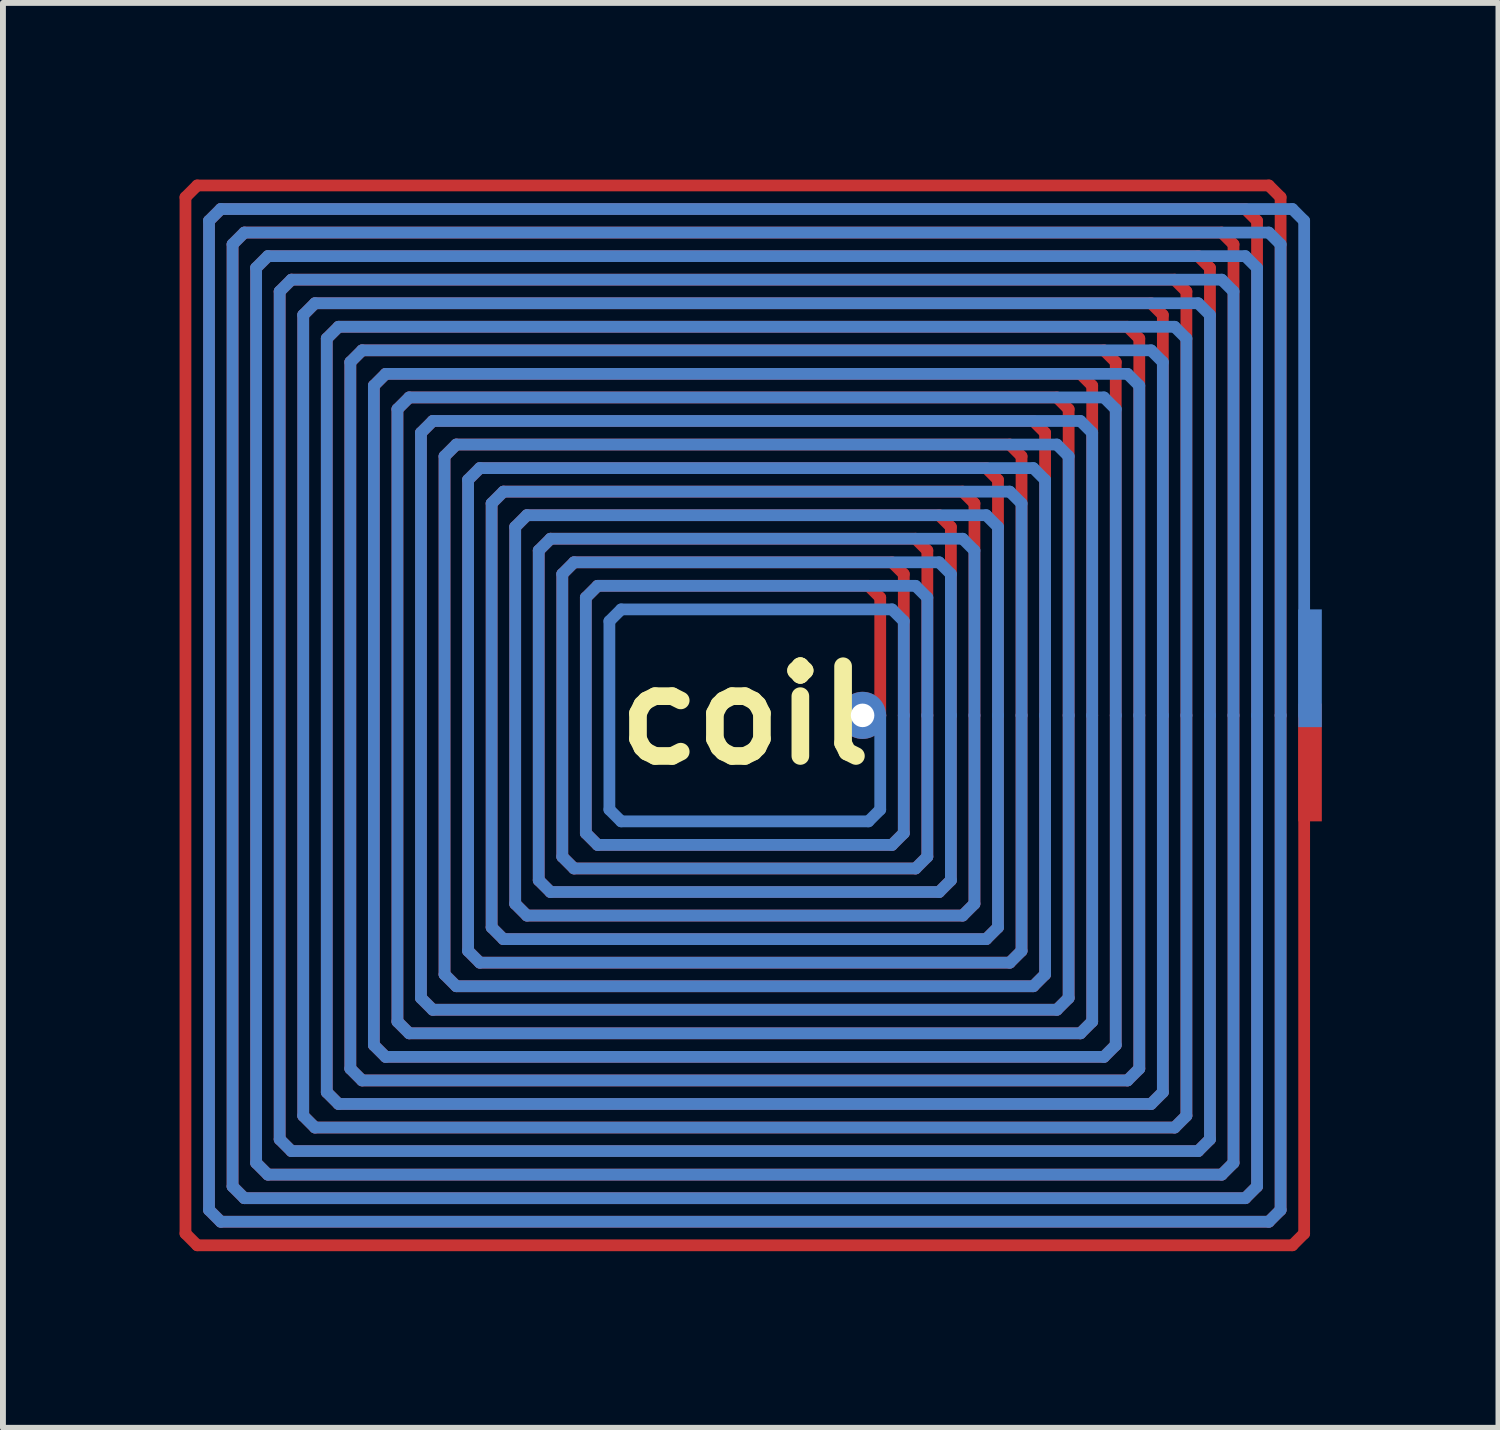
<source format=kicad_pcb>
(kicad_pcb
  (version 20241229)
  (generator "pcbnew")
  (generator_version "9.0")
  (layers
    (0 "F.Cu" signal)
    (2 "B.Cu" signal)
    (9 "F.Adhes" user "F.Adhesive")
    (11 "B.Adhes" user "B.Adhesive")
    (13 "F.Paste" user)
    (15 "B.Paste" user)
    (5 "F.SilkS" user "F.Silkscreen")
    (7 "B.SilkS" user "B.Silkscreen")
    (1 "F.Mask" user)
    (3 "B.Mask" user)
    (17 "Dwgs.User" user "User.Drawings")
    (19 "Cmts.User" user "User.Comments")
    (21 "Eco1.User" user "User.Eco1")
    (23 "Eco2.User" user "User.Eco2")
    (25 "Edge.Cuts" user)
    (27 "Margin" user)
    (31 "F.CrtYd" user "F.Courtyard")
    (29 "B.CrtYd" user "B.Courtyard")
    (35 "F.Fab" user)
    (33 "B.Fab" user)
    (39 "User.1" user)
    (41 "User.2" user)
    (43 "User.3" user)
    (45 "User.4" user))
  (footprint "coil"
    (layer "F.Cu")
    (at 9.6 9.1)
    (property "Reference" "coil" (at 0 0 0) (layer "F.SilkS") (effects (font (size 1.524 1.524) (thickness 0.3))))
    (attr through_hole)
    (fp_line (start -9.5 -8.8) (end -9.3 -9) (stroke (width 0.2) (type solid)) (layer "F.Cu"))
    (fp_line (start -9.5 8.8) (end -9.5 -8.8) (stroke (width 0.2) (type solid)) (layer "F.Cu"))
    (fp_line (start -9.3 -9) (end 8.9 -9) (stroke (width 0.2) (type solid)) (layer "F.Cu"))
    (fp_line (start -9.3 9) (end -9.5 8.8) (stroke (width 0.2) (type solid)) (layer "F.Cu"))
    (fp_line (start -9.1 -8.4) (end -8.9 -8.6) (stroke (width 0.2) (type solid)) (layer "F.Cu"))
    (fp_line (start -9.1 8.4) (end -9.1 -8.4) (stroke (width 0.2) (type solid)) (layer "F.Cu"))
    (fp_line (start -8.9 -8.6) (end 8.5 -8.6) (stroke (width 0.2) (type solid)) (layer "F.Cu"))
    (fp_line (start -8.9 8.6) (end -9.1 8.4) (stroke (width 0.2) (type solid)) (layer "F.Cu"))
    (fp_line (start -8.7 -8) (end -8.5 -8.2) (stroke (width 0.2) (type solid)) (layer "F.Cu"))
    (fp_line (start -8.7 8) (end -8.7 -8) (stroke (width 0.2) (type solid)) (layer "F.Cu"))
    (fp_line (start -8.5 -8.2) (end 8.1 -8.2) (stroke (width 0.2) (type solid)) (layer "F.Cu"))
    (fp_line (start -8.5 8.2) (end -8.7 8) (stroke (width 0.2) (type solid)) (layer "F.Cu"))
    (fp_line (start -8.3 -7.6) (end -8.1 -7.8) (stroke (width 0.2) (type solid)) (layer "F.Cu"))
    (fp_line (start -8.3 7.6) (end -8.3 -7.6) (stroke (width 0.2) (type solid)) (layer "F.Cu"))
    (fp_line (start -8.1 -7.8) (end 7.7 -7.8) (stroke (width 0.2) (type solid)) (layer "F.Cu"))
    (fp_line (start -8.1 7.8) (end -8.3 7.6) (stroke (width 0.2) (type solid)) (layer "F.Cu"))
    (fp_line (start -7.9 -7.2) (end -7.7 -7.4) (stroke (width 0.2) (type solid)) (layer "F.Cu"))
    (fp_line (start -7.9 7.2) (end -7.9 -7.2) (stroke (width 0.2) (type solid)) (layer "F.Cu"))
    (fp_line (start -7.7 -7.4) (end 7.3 -7.4) (stroke (width 0.2) (type solid)) (layer "F.Cu"))
    (fp_line (start -7.7 7.4) (end -7.9 7.2) (stroke (width 0.2) (type solid)) (layer "F.Cu"))
    (fp_line (start -7.5 -6.8) (end -7.3 -7) (stroke (width 0.2) (type solid)) (layer "F.Cu"))
    (fp_line (start -7.5 6.8) (end -7.5 -6.8) (stroke (width 0.2) (type solid)) (layer "F.Cu"))
    (fp_line (start -7.3 -7) (end 6.9 -7) (stroke (width 0.2) (type solid)) (layer "F.Cu"))
    (fp_line (start -7.3 7) (end -7.5 6.8) (stroke (width 0.2) (type solid)) (layer "F.Cu"))
    (fp_line (start -7.1 -6.4) (end -6.9 -6.6) (stroke (width 0.2) (type solid)) (layer "F.Cu"))
    (fp_line (start -7.1 6.4) (end -7.1 -6.4) (stroke (width 0.2) (type solid)) (layer "F.Cu"))
    (fp_line (start -6.9 -6.6) (end 6.5 -6.6) (stroke (width 0.2) (type solid)) (layer "F.Cu"))
    (fp_line (start -6.9 6.6) (end -7.1 6.4) (stroke (width 0.2) (type solid)) (layer "F.Cu"))
    (fp_line (start -6.7 -6) (end -6.5 -6.2) (stroke (width 0.2) (type solid)) (layer "F.Cu"))
    (fp_line (start -6.7 6) (end -6.7 -6) (stroke (width 0.2) (type solid)) (layer "F.Cu"))
    (fp_line (start -6.5 -6.2) (end 6.1 -6.2) (stroke (width 0.2) (type solid)) (layer "F.Cu"))
    (fp_line (start -6.5 6.2) (end -6.7 6) (stroke (width 0.2) (type solid)) (layer "F.Cu"))
    (fp_line (start -6.3 -5.6) (end -6.1 -5.8) (stroke (width 0.2) (type solid)) (layer "F.Cu"))
    (fp_line (start -6.3 5.6) (end -6.3 -5.6) (stroke (width 0.2) (type solid)) (layer "F.Cu"))
    (fp_line (start -6.1 -5.8) (end 5.7 -5.8) (stroke (width 0.2) (type solid)) (layer "F.Cu"))
    (fp_line (start -6.1 5.8) (end -6.3 5.6) (stroke (width 0.2) (type solid)) (layer "F.Cu"))
    (fp_line (start -5.9 -5.2) (end -5.7 -5.4) (stroke (width 0.2) (type solid)) (layer "F.Cu"))
    (fp_line (start -5.9 5.2) (end -5.9 -5.2) (stroke (width 0.2) (type solid)) (layer "F.Cu"))
    (fp_line (start -5.7 -5.4) (end 5.3 -5.4) (stroke (width 0.2) (type solid)) (layer "F.Cu"))
    (fp_line (start -5.7 5.4) (end -5.9 5.2) (stroke (width 0.2) (type solid)) (layer "F.Cu"))
    (fp_line (start -5.5 -4.8) (end -5.3 -5) (stroke (width 0.2) (type solid)) (layer "F.Cu"))
    (fp_line (start -5.5 4.8) (end -5.5 -4.8) (stroke (width 0.2) (type solid)) (layer "F.Cu"))
    (fp_line (start -5.3 -5) (end 4.9 -5) (stroke (width 0.2) (type solid)) (layer "F.Cu"))
    (fp_line (start -5.3 5) (end -5.5 4.8) (stroke (width 0.2) (type solid)) (layer "F.Cu"))
    (fp_line (start -5.1 -4.4) (end -4.9 -4.6) (stroke (width 0.2) (type solid)) (layer "F.Cu"))
    (fp_line (start -5.1 4.4) (end -5.1 -4.4) (stroke (width 0.2) (type solid)) (layer "F.Cu"))
    (fp_line (start -4.9 -4.6) (end 4.5 -4.6) (stroke (width 0.2) (type solid)) (layer "F.Cu"))
    (fp_line (start -4.9 4.6) (end -5.1 4.4) (stroke (width 0.2) (type solid)) (layer "F.Cu"))
    (fp_line (start -4.7 -4) (end -4.5 -4.2) (stroke (width 0.2) (type solid)) (layer "F.Cu"))
    (fp_line (start -4.7 4) (end -4.7 -4) (stroke (width 0.2) (type solid)) (layer "F.Cu"))
    (fp_line (start -4.5 -4.2) (end 4.1 -4.2) (stroke (width 0.2) (type solid)) (layer "F.Cu"))
    (fp_line (start -4.5 4.2) (end -4.7 4) (stroke (width 0.2) (type solid)) (layer "F.Cu"))
    (fp_line (start -4.3 -3.6) (end -4.1 -3.8) (stroke (width 0.2) (type solid)) (layer "F.Cu"))
    (fp_line (start -4.3 3.6) (end -4.3 -3.6) (stroke (width 0.2) (type solid)) (layer "F.Cu"))
    (fp_line (start -4.1 -3.8) (end 3.7 -3.8) (stroke (width 0.2) (type solid)) (layer "F.Cu"))
    (fp_line (start -4.1 3.8) (end -4.3 3.6) (stroke (width 0.2) (type solid)) (layer "F.Cu"))
    (fp_line (start -3.9 -3.2) (end -3.7 -3.4) (stroke (width 0.2) (type solid)) (layer "F.Cu"))
    (fp_line (start -3.9 3.2) (end -3.9 -3.2) (stroke (width 0.2) (type solid)) (layer "F.Cu"))
    (fp_line (start -3.7 -3.4) (end 3.3 -3.4) (stroke (width 0.2) (type solid)) (layer "F.Cu"))
    (fp_line (start -3.7 3.4) (end -3.9 3.2) (stroke (width 0.2) (type solid)) (layer "F.Cu"))
    (fp_line (start -3.5 -2.8) (end -3.3 -3) (stroke (width 0.2) (type solid)) (layer "F.Cu"))
    (fp_line (start -3.5 2.8) (end -3.5 -2.8) (stroke (width 0.2) (type solid)) (layer "F.Cu"))
    (fp_line (start -3.3 -3) (end 2.9 -3) (stroke (width 0.2) (type solid)) (layer "F.Cu"))
    (fp_line (start -3.3 3) (end -3.5 2.8) (stroke (width 0.2) (type solid)) (layer "F.Cu"))
    (fp_line (start -3.1 -2.4) (end -2.9 -2.6) (stroke (width 0.2) (type solid)) (layer "F.Cu"))
    (fp_line (start -3.1 2.4) (end -3.1 -2.4) (stroke (width 0.2) (type solid)) (layer "F.Cu"))
    (fp_line (start -2.9 -2.6) (end 2.5 -2.6) (stroke (width 0.2) (type solid)) (layer "F.Cu"))
    (fp_line (start -2.9 2.6) (end -3.1 2.4) (stroke (width 0.2) (type solid)) (layer "F.Cu"))
    (fp_line (start -2.7 -2) (end -2.5 -2.2) (stroke (width 0.2) (type solid)) (layer "F.Cu"))
    (fp_line (start -2.7 2) (end -2.7 -2) (stroke (width 0.2) (type solid)) (layer "F.Cu"))
    (fp_line (start -2.5 -2.2) (end 2.1 -2.2) (stroke (width 0.2) (type solid)) (layer "F.Cu"))
    (fp_line (start -2.5 2.2) (end -2.7 2) (stroke (width 0.2) (type solid)) (layer "F.Cu"))
    (fp_line (start 2.1 -2.2) (end 2.3 -2) (stroke (width 0.2) (type solid)) (layer "F.Cu"))
    (fp_line (start 2.3 -2) (end 2.3 0) (stroke (width 0.2) (type solid)) (layer "F.Cu"))
    (fp_line (start 2.3 0) (end 1.9 0) (stroke (width 0.2) (type solid)) (layer "F.Cu"))
    (fp_line (start 2.5 -2.6) (end 2.7 -2.4) (stroke (width 0.2) (type solid)) (layer "F.Cu"))
    (fp_line (start 2.5 2.2) (end -2.5 2.2) (stroke (width 0.2) (type solid)) (layer "F.Cu"))
    (fp_line (start 2.7 -2.4) (end 2.7 0) (stroke (width 0.2) (type solid)) (layer "F.Cu"))
    (fp_line (start 2.7 0) (end 2.7 2) (stroke (width 0.2) (type solid)) (layer "F.Cu"))
    (fp_line (start 2.7 2) (end 2.5 2.2) (stroke (width 0.2) (type solid)) (layer "F.Cu"))
    (fp_line (start 2.9 -3) (end 3.1 -2.8) (stroke (width 0.2) (type solid)) (layer "F.Cu"))
    (fp_line (start 2.9 2.6) (end -2.9 2.6) (stroke (width 0.2) (type solid)) (layer "F.Cu"))
    (fp_line (start 3.1 -2.8) (end 3.1 0) (stroke (width 0.2) (type solid)) (layer "F.Cu"))
    (fp_line (start 3.1 0) (end 3.1 2.4) (stroke (width 0.2) (type solid)) (layer "F.Cu"))
    (fp_line (start 3.1 2.4) (end 2.9 2.6) (stroke (width 0.2) (type solid)) (layer "F.Cu"))
    (fp_line (start 3.3 -3.4) (end 3.5 -3.2) (stroke (width 0.2) (type solid)) (layer "F.Cu"))
    (fp_line (start 3.3 3) (end -3.3 3) (stroke (width 0.2) (type solid)) (layer "F.Cu"))
    (fp_line (start 3.5 -3.2) (end 3.5 0) (stroke (width 0.2) (type solid)) (layer "F.Cu"))
    (fp_line (start 3.5 0) (end 3.5 2.8) (stroke (width 0.2) (type solid)) (layer "F.Cu"))
    (fp_line (start 3.5 2.8) (end 3.3 3) (stroke (width 0.2) (type solid)) (layer "F.Cu"))
    (fp_line (start 3.7 -3.8) (end 3.9 -3.6) (stroke (width 0.2) (type solid)) (layer "F.Cu"))
    (fp_line (start 3.7 3.4) (end -3.7 3.4) (stroke (width 0.2) (type solid)) (layer "F.Cu"))
    (fp_line (start 3.9 -3.6) (end 3.9 0) (stroke (width 0.2) (type solid)) (layer "F.Cu"))
    (fp_line (start 3.9 0) (end 3.9 3.2) (stroke (width 0.2) (type solid)) (layer "F.Cu"))
    (fp_line (start 3.9 3.2) (end 3.7 3.4) (stroke (width 0.2) (type solid)) (layer "F.Cu"))
    (fp_line (start 4.1 -4.2) (end 4.3 -4) (stroke (width 0.2) (type solid)) (layer "F.Cu"))
    (fp_line (start 4.1 3.8) (end -4.1 3.8) (stroke (width 0.2) (type solid)) (layer "F.Cu"))
    (fp_line (start 4.3 -4) (end 4.3 0) (stroke (width 0.2) (type solid)) (layer "F.Cu"))
    (fp_line (start 4.3 0) (end 4.3 3.6) (stroke (width 0.2) (type solid)) (layer "F.Cu"))
    (fp_line (start 4.3 3.6) (end 4.1 3.8) (stroke (width 0.2) (type solid)) (layer "F.Cu"))
    (fp_line (start 4.5 -4.6) (end 4.7 -4.4) (stroke (width 0.2) (type solid)) (layer "F.Cu"))
    (fp_line (start 4.5 4.2) (end -4.5 4.2) (stroke (width 0.2) (type solid)) (layer "F.Cu"))
    (fp_line (start 4.7 -4.4) (end 4.7 0) (stroke (width 0.2) (type solid)) (layer "F.Cu"))
    (fp_line (start 4.7 0) (end 4.7 4) (stroke (width 0.2) (type solid)) (layer "F.Cu"))
    (fp_line (start 4.7 4) (end 4.5 4.2) (stroke (width 0.2) (type solid)) (layer "F.Cu"))
    (fp_line (start 4.9 -5) (end 5.1 -4.8) (stroke (width 0.2) (type solid)) (layer "F.Cu"))
    (fp_line (start 4.9 4.6) (end -4.9 4.6) (stroke (width 0.2) (type solid)) (layer "F.Cu"))
    (fp_line (start 5.1 -4.8) (end 5.1 0) (stroke (width 0.2) (type solid)) (layer "F.Cu"))
    (fp_line (start 5.1 0) (end 5.1 4.4) (stroke (width 0.2) (type solid)) (layer "F.Cu"))
    (fp_line (start 5.1 4.4) (end 4.9 4.6) (stroke (width 0.2) (type solid)) (layer "F.Cu"))
    (fp_line (start 5.3 -5.4) (end 5.5 -5.2) (stroke (width 0.2) (type solid)) (layer "F.Cu"))
    (fp_line (start 5.3 5) (end -5.3 5) (stroke (width 0.2) (type solid)) (layer "F.Cu"))
    (fp_line (start 5.5 -5.2) (end 5.5 0) (stroke (width 0.2) (type solid)) (layer "F.Cu"))
    (fp_line (start 5.5 0) (end 5.5 4.8) (stroke (width 0.2) (type solid)) (layer "F.Cu"))
    (fp_line (start 5.5 4.8) (end 5.3 5) (stroke (width 0.2) (type solid)) (layer "F.Cu"))
    (fp_line (start 5.7 -5.8) (end 5.9 -5.6) (stroke (width 0.2) (type solid)) (layer "F.Cu"))
    (fp_line (start 5.7 5.4) (end -5.7 5.4) (stroke (width 0.2) (type solid)) (layer "F.Cu"))
    (fp_line (start 5.9 -5.6) (end 5.9 0) (stroke (width 0.2) (type solid)) (layer "F.Cu"))
    (fp_line (start 5.9 0) (end 5.9 5.2) (stroke (width 0.2) (type solid)) (layer "F.Cu"))
    (fp_line (start 5.9 5.2) (end 5.7 5.4) (stroke (width 0.2) (type solid)) (layer "F.Cu"))
    (fp_line (start 6.1 -6.2) (end 6.3 -6) (stroke (width 0.2) (type solid)) (layer "F.Cu"))
    (fp_line (start 6.1 5.8) (end -6.1 5.8) (stroke (width 0.2) (type solid)) (layer "F.Cu"))
    (fp_line (start 6.3 -6) (end 6.3 0) (stroke (width 0.2) (type solid)) (layer "F.Cu"))
    (fp_line (start 6.3 0) (end 6.3 5.6) (stroke (width 0.2) (type solid)) (layer "F.Cu"))
    (fp_line (start 6.3 5.6) (end 6.1 5.8) (stroke (width 0.2) (type solid)) (layer "F.Cu"))
    (fp_line (start 6.5 -6.6) (end 6.7 -6.4) (stroke (width 0.2) (type solid)) (layer "F.Cu"))
    (fp_line (start 6.5 6.2) (end -6.5 6.2) (stroke (width 0.2) (type solid)) (layer "F.Cu"))
    (fp_line (start 6.7 -6.4) (end 6.7 0) (stroke (width 0.2) (type solid)) (layer "F.Cu"))
    (fp_line (start 6.7 0) (end 6.7 6) (stroke (width 0.2) (type solid)) (layer "F.Cu"))
    (fp_line (start 6.7 6) (end 6.5 6.2) (stroke (width 0.2) (type solid)) (layer "F.Cu"))
    (fp_line (start 6.9 -7) (end 7.1 -6.8) (stroke (width 0.2) (type solid)) (layer "F.Cu"))
    (fp_line (start 6.9 6.6) (end -6.9 6.6) (stroke (width 0.2) (type solid)) (layer "F.Cu"))
    (fp_line (start 7.1 -6.8) (end 7.1 0) (stroke (width 0.2) (type solid)) (layer "F.Cu"))
    (fp_line (start 7.1 0) (end 7.1 6.4) (stroke (width 0.2) (type solid)) (layer "F.Cu"))
    (fp_line (start 7.1 6.4) (end 6.9 6.6) (stroke (width 0.2) (type solid)) (layer "F.Cu"))
    (fp_line (start 7.3 -7.4) (end 7.5 -7.2) (stroke (width 0.2) (type solid)) (layer "F.Cu"))
    (fp_line (start 7.3 7) (end -7.3 7) (stroke (width 0.2) (type solid)) (layer "F.Cu"))
    (fp_line (start 7.5 -7.2) (end 7.5 0) (stroke (width 0.2) (type solid)) (layer "F.Cu"))
    (fp_line (start 7.5 0) (end 7.5 6.8) (stroke (width 0.2) (type solid)) (layer "F.Cu"))
    (fp_line (start 7.5 6.8) (end 7.3 7) (stroke (width 0.2) (type solid)) (layer "F.Cu"))
    (fp_line (start 7.7 -7.8) (end 7.9 -7.6) (stroke (width 0.2) (type solid)) (layer "F.Cu"))
    (fp_line (start 7.7 7.4) (end -7.7 7.4) (stroke (width 0.2) (type solid)) (layer "F.Cu"))
    (fp_line (start 7.9 -7.6) (end 7.9 0) (stroke (width 0.2) (type solid)) (layer "F.Cu"))
    (fp_line (start 7.9 0) (end 7.9 7.2) (stroke (width 0.2) (type solid)) (layer "F.Cu"))
    (fp_line (start 7.9 7.2) (end 7.7 7.4) (stroke (width 0.2) (type solid)) (layer "F.Cu"))
    (fp_line (start 8.1 -8.2) (end 8.3 -8) (stroke (width 0.2) (type solid)) (layer "F.Cu"))
    (fp_line (start 8.1 7.8) (end -8.1 7.8) (stroke (width 0.2) (type solid)) (layer "F.Cu"))
    (fp_line (start 8.3 -8) (end 8.3 0) (stroke (width 0.2) (type solid)) (layer "F.Cu"))
    (fp_line (start 8.3 0) (end 8.3 7.6) (stroke (width 0.2) (type solid)) (layer "F.Cu"))
    (fp_line (start 8.3 7.6) (end 8.1 7.8) (stroke (width 0.2) (type solid)) (layer "F.Cu"))
    (fp_line (start 8.5 -8.6) (end 8.7 -8.4) (stroke (width 0.2) (type solid)) (layer "F.Cu"))
    (fp_line (start 8.5 8.2) (end -8.5 8.2) (stroke (width 0.2) (type solid)) (layer "F.Cu"))
    (fp_line (start 8.7 -8.4) (end 8.7 0) (stroke (width 0.2) (type solid)) (layer "F.Cu"))
    (fp_line (start 8.7 0) (end 8.7 8) (stroke (width 0.2) (type solid)) (layer "F.Cu"))
    (fp_line (start 8.7 8) (end 8.5 8.2) (stroke (width 0.2) (type solid)) (layer "F.Cu"))
    (fp_line (start 8.9 -9) (end 9.1 -8.8) (stroke (width 0.2) (type solid)) (layer "F.Cu"))
    (fp_line (start 8.9 8.6) (end -8.9 8.6) (stroke (width 0.2) (type solid)) (layer "F.Cu"))
    (fp_line (start 9.1 -8.8) (end 9.1 0) (stroke (width 0.2) (type solid)) (layer "F.Cu"))
    (fp_line (start 9.1 0) (end 9.1 8.4) (stroke (width 0.2) (type solid)) (layer "F.Cu"))
    (fp_line (start 9.1 8.4) (end 8.9 8.6) (stroke (width 0.2) (type solid)) (layer "F.Cu"))
    (fp_line (start 9.3 9) (end -9.3 9) (stroke (width 0.2) (type solid)) (layer "F.Cu"))
    (fp_line (start 9.5 0) (end 9.5 8.8) (stroke (width 0.2) (type solid)) (layer "F.Cu"))
    (fp_line (start 9.5 8.8) (end 9.3 9) (stroke (width 0.2) (type solid)) (layer "F.Cu"))
    (fp_line (start -9.1 -8.4) (end -8.9 -8.6) (stroke (width 0.2) (type solid)) (layer "B.Cu"))
    (fp_line (start -9.1 8.4) (end -9.1 -8.4) (stroke (width 0.2) (type solid)) (layer "B.Cu"))
    (fp_line (start -8.9 -8.6) (end 9.3 -8.6) (stroke (width 0.2) (type solid)) (layer "B.Cu"))
    (fp_line (start -8.9 8.6) (end -9.1 8.4) (stroke (width 0.2) (type solid)) (layer "B.Cu"))
    (fp_line (start -8.7 -8) (end -8.5 -8.2) (stroke (width 0.2) (type solid)) (layer "B.Cu"))
    (fp_line (start -8.7 8) (end -8.7 -8) (stroke (width 0.2) (type solid)) (layer "B.Cu"))
    (fp_line (start -8.5 -8.2) (end 8.9 -8.2) (stroke (width 0.2) (type solid)) (layer "B.Cu"))
    (fp_line (start -8.5 8.2) (end -8.7 8) (stroke (width 0.2) (type solid)) (layer "B.Cu"))
    (fp_line (start -8.3 -7.6) (end -8.1 -7.8) (stroke (width 0.2) (type solid)) (layer "B.Cu"))
    (fp_line (start -8.3 7.6) (end -8.3 -7.6) (stroke (width 0.2) (type solid)) (layer "B.Cu"))
    (fp_line (start -8.1 -7.8) (end 8.5 -7.8) (stroke (width 0.2) (type solid)) (layer "B.Cu"))
    (fp_line (start -8.1 7.8) (end -8.3 7.6) (stroke (width 0.2) (type solid)) (layer "B.Cu"))
    (fp_line (start -7.9 -7.2) (end -7.7 -7.4) (stroke (width 0.2) (type solid)) (layer "B.Cu"))
    (fp_line (start -7.9 7.2) (end -7.9 -7.2) (stroke (width 0.2) (type solid)) (layer "B.Cu"))
    (fp_line (start -7.7 -7.4) (end 8.1 -7.4) (stroke (width 0.2) (type solid)) (layer "B.Cu"))
    (fp_line (start -7.7 7.4) (end -7.9 7.2) (stroke (width 0.2) (type solid)) (layer "B.Cu"))
    (fp_line (start -7.5 -6.8) (end -7.3 -7) (stroke (width 0.2) (type solid)) (layer "B.Cu"))
    (fp_line (start -7.5 6.8) (end -7.5 -6.8) (stroke (width 0.2) (type solid)) (layer "B.Cu"))
    (fp_line (start -7.3 -7) (end 7.7 -7) (stroke (width 0.2) (type solid)) (layer "B.Cu"))
    (fp_line (start -7.3 7) (end -7.5 6.8) (stroke (width 0.2) (type solid)) (layer "B.Cu"))
    (fp_line (start -7.1 -6.4) (end -6.9 -6.6) (stroke (width 0.2) (type solid)) (layer "B.Cu"))
    (fp_line (start -7.1 6.4) (end -7.1 -6.4) (stroke (width 0.2) (type solid)) (layer "B.Cu"))
    (fp_line (start -6.9 -6.6) (end 7.3 -6.6) (stroke (width 0.2) (type solid)) (layer "B.Cu"))
    (fp_line (start -6.9 6.6) (end -7.1 6.4) (stroke (width 0.2) (type solid)) (layer "B.Cu"))
    (fp_line (start -6.7 -6) (end -6.5 -6.2) (stroke (width 0.2) (type solid)) (layer "B.Cu"))
    (fp_line (start -6.7 6) (end -6.7 -6) (stroke (width 0.2) (type solid)) (layer "B.Cu"))
    (fp_line (start -6.5 -6.2) (end 6.9 -6.2) (stroke (width 0.2) (type solid)) (layer "B.Cu"))
    (fp_line (start -6.5 6.2) (end -6.7 6) (stroke (width 0.2) (type solid)) (layer "B.Cu"))
    (fp_line (start -6.3 -5.6) (end -6.1 -5.8) (stroke (width 0.2) (type solid)) (layer "B.Cu"))
    (fp_line (start -6.3 5.6) (end -6.3 -5.6) (stroke (width 0.2) (type solid)) (layer "B.Cu"))
    (fp_line (start -6.1 -5.8) (end 6.5 -5.8) (stroke (width 0.2) (type solid)) (layer "B.Cu"))
    (fp_line (start -6.1 5.8) (end -6.3 5.6) (stroke (width 0.2) (type solid)) (layer "B.Cu"))
    (fp_line (start -5.9 -5.2) (end -5.7 -5.4) (stroke (width 0.2) (type solid)) (layer "B.Cu"))
    (fp_line (start -5.9 5.2) (end -5.9 -5.2) (stroke (width 0.2) (type solid)) (layer "B.Cu"))
    (fp_line (start -5.7 -5.4) (end 6.1 -5.4) (stroke (width 0.2) (type solid)) (layer "B.Cu"))
    (fp_line (start -5.7 5.4) (end -5.9 5.2) (stroke (width 0.2) (type solid)) (layer "B.Cu"))
    (fp_line (start -5.5 -4.8) (end -5.3 -5) (stroke (width 0.2) (type solid)) (layer "B.Cu"))
    (fp_line (start -5.5 4.8) (end -5.5 -4.8) (stroke (width 0.2) (type solid)) (layer "B.Cu"))
    (fp_line (start -5.3 -5) (end 5.7 -5) (stroke (width 0.2) (type solid)) (layer "B.Cu"))
    (fp_line (start -5.3 5) (end -5.5 4.8) (stroke (width 0.2) (type solid)) (layer "B.Cu"))
    (fp_line (start -5.1 -4.4) (end -4.9 -4.6) (stroke (width 0.2) (type solid)) (layer "B.Cu"))
    (fp_line (start -5.1 4.4) (end -5.1 -4.4) (stroke (width 0.2) (type solid)) (layer "B.Cu"))
    (fp_line (start -4.9 -4.6) (end 5.3 -4.6) (stroke (width 0.2) (type solid)) (layer "B.Cu"))
    (fp_line (start -4.9 4.6) (end -5.1 4.4) (stroke (width 0.2) (type solid)) (layer "B.Cu"))
    (fp_line (start -4.7 -4) (end -4.5 -4.2) (stroke (width 0.2) (type solid)) (layer "B.Cu"))
    (fp_line (start -4.7 4) (end -4.7 -4) (stroke (width 0.2) (type solid)) (layer "B.Cu"))
    (fp_line (start -4.5 -4.2) (end 4.9 -4.2) (stroke (width 0.2) (type solid)) (layer "B.Cu"))
    (fp_line (start -4.5 4.2) (end -4.7 4) (stroke (width 0.2) (type solid)) (layer "B.Cu"))
    (fp_line (start -4.3 -3.6) (end -4.1 -3.8) (stroke (width 0.2) (type solid)) (layer "B.Cu"))
    (fp_line (start -4.3 3.6) (end -4.3 -3.6) (stroke (width 0.2) (type solid)) (layer "B.Cu"))
    (fp_line (start -4.1 -3.8) (end 4.5 -3.8) (stroke (width 0.2) (type solid)) (layer "B.Cu"))
    (fp_line (start -4.1 3.8) (end -4.3 3.6) (stroke (width 0.2) (type solid)) (layer "B.Cu"))
    (fp_line (start -3.9 -3.2) (end -3.7 -3.4) (stroke (width 0.2) (type solid)) (layer "B.Cu"))
    (fp_line (start -3.9 3.2) (end -3.9 -3.2) (stroke (width 0.2) (type solid)) (layer "B.Cu"))
    (fp_line (start -3.7 -3.4) (end 4.1 -3.4) (stroke (width 0.2) (type solid)) (layer "B.Cu"))
    (fp_line (start -3.7 3.4) (end -3.9 3.2) (stroke (width 0.2) (type solid)) (layer "B.Cu"))
    (fp_line (start -3.5 -2.8) (end -3.3 -3) (stroke (width 0.2) (type solid)) (layer "B.Cu"))
    (fp_line (start -3.5 2.8) (end -3.5 -2.8) (stroke (width 0.2) (type solid)) (layer "B.Cu"))
    (fp_line (start -3.3 -3) (end 3.7 -3) (stroke (width 0.2) (type solid)) (layer "B.Cu"))
    (fp_line (start -3.3 3) (end -3.5 2.8) (stroke (width 0.2) (type solid)) (layer "B.Cu"))
    (fp_line (start -3.1 -2.4) (end -2.9 -2.6) (stroke (width 0.2) (type solid)) (layer "B.Cu"))
    (fp_line (start -3.1 2.4) (end -3.1 -2.4) (stroke (width 0.2) (type solid)) (layer "B.Cu"))
    (fp_line (start -2.9 -2.6) (end 3.3 -2.6) (stroke (width 0.2) (type solid)) (layer "B.Cu"))
    (fp_line (start -2.9 2.6) (end -3.1 2.4) (stroke (width 0.2) (type solid)) (layer "B.Cu"))
    (fp_line (start -2.7 -2) (end -2.5 -2.2) (stroke (width 0.2) (type solid)) (layer "B.Cu"))
    (fp_line (start -2.7 2) (end -2.7 -2) (stroke (width 0.2) (type solid)) (layer "B.Cu"))
    (fp_line (start -2.5 -2.2) (end 2.9 -2.2) (stroke (width 0.2) (type solid)) (layer "B.Cu"))
    (fp_line (start -2.5 2.2) (end -2.7 2) (stroke (width 0.2) (type solid)) (layer "B.Cu"))
    (fp_line (start -2.3 -1.6) (end -2.1 -1.8) (stroke (width 0.2) (type solid)) (layer "B.Cu"))
    (fp_line (start -2.3 1.6) (end -2.3 -1.6) (stroke (width 0.2) (type solid)) (layer "B.Cu"))
    (fp_line (start -2.1 -1.8) (end 2.5 -1.8) (stroke (width 0.2) (type solid)) (layer "B.Cu"))
    (fp_line (start -2.1 1.8) (end -2.3 1.6) (stroke (width 0.2) (type solid)) (layer "B.Cu"))
    (fp_line (start 1.9 0) (end 2.3 0) (stroke (width 0.2) (type solid)) (layer "B.Cu"))
    (fp_line (start 2.1 1.8) (end -2.1 1.8) (stroke (width 0.2) (type solid)) (layer "B.Cu"))
    (fp_line (start 2.3 0) (end 2.3 1.6) (stroke (width 0.2) (type solid)) (layer "B.Cu"))
    (fp_line (start 2.3 1.6) (end 2.1 1.8) (stroke (width 0.2) (type solid)) (layer "B.Cu"))
    (fp_line (start 2.5 -1.8) (end 2.7 -1.6) (stroke (width 0.2) (type solid)) (layer "B.Cu"))
    (fp_line (start 2.5 2.2) (end -2.5 2.2) (stroke (width 0.2) (type solid)) (layer "B.Cu"))
    (fp_line (start 2.7 -1.6) (end 2.7 0) (stroke (width 0.2) (type solid)) (layer "B.Cu"))
    (fp_line (start 2.7 0) (end 2.7 2) (stroke (width 0.2) (type solid)) (layer "B.Cu"))
    (fp_line (start 2.7 2) (end 2.5 2.2) (stroke (width 0.2) (type solid)) (layer "B.Cu"))
    (fp_line (start 2.9 -2.2) (end 3.1 -2) (stroke (width 0.2) (type solid)) (layer "B.Cu"))
    (fp_line (start 2.9 2.6) (end -2.9 2.6) (stroke (width 0.2) (type solid)) (layer "B.Cu"))
    (fp_line (start 3.1 -2) (end 3.1 0) (stroke (width 0.2) (type solid)) (layer "B.Cu"))
    (fp_line (start 3.1 0) (end 3.1 2.4) (stroke (width 0.2) (type solid)) (layer "B.Cu"))
    (fp_line (start 3.1 2.4) (end 2.9 2.6) (stroke (width 0.2) (type solid)) (layer "B.Cu"))
    (fp_line (start 3.3 -2.6) (end 3.5 -2.4) (stroke (width 0.2) (type solid)) (layer "B.Cu"))
    (fp_line (start 3.3 3) (end -3.3 3) (stroke (width 0.2) (type solid)) (layer "B.Cu"))
    (fp_line (start 3.5 -2.4) (end 3.5 0) (stroke (width 0.2) (type solid)) (layer "B.Cu"))
    (fp_line (start 3.5 0) (end 3.5 2.8) (stroke (width 0.2) (type solid)) (layer "B.Cu"))
    (fp_line (start 3.5 2.8) (end 3.3 3) (stroke (width 0.2) (type solid)) (layer "B.Cu"))
    (fp_line (start 3.7 -3) (end 3.9 -2.8) (stroke (width 0.2) (type solid)) (layer "B.Cu"))
    (fp_line (start 3.7 3.4) (end -3.7 3.4) (stroke (width 0.2) (type solid)) (layer "B.Cu"))
    (fp_line (start 3.9 -2.8) (end 3.9 0) (stroke (width 0.2) (type solid)) (layer "B.Cu"))
    (fp_line (start 3.9 0) (end 3.9 3.2) (stroke (width 0.2) (type solid)) (layer "B.Cu"))
    (fp_line (start 3.9 3.2) (end 3.7 3.4) (stroke (width 0.2) (type solid)) (layer "B.Cu"))
    (fp_line (start 4.1 -3.4) (end 4.3 -3.2) (stroke (width 0.2) (type solid)) (layer "B.Cu"))
    (fp_line (start 4.1 3.8) (end -4.1 3.8) (stroke (width 0.2) (type solid)) (layer "B.Cu"))
    (fp_line (start 4.3 -3.2) (end 4.3 0) (stroke (width 0.2) (type solid)) (layer "B.Cu"))
    (fp_line (start 4.3 0) (end 4.3 3.6) (stroke (width 0.2) (type solid)) (layer "B.Cu"))
    (fp_line (start 4.3 3.6) (end 4.1 3.8) (stroke (width 0.2) (type solid)) (layer "B.Cu"))
    (fp_line (start 4.5 -3.8) (end 4.7 -3.6) (stroke (width 0.2) (type solid)) (layer "B.Cu"))
    (fp_line (start 4.5 4.2) (end -4.5 4.2) (stroke (width 0.2) (type solid)) (layer "B.Cu"))
    (fp_line (start 4.7 -3.6) (end 4.7 0) (stroke (width 0.2) (type solid)) (layer "B.Cu"))
    (fp_line (start 4.7 0) (end 4.7 4) (stroke (width 0.2) (type solid)) (layer "B.Cu"))
    (fp_line (start 4.7 4) (end 4.5 4.2) (stroke (width 0.2) (type solid)) (layer "B.Cu"))
    (fp_line (start 4.9 -4.2) (end 5.1 -4) (stroke (width 0.2) (type solid)) (layer "B.Cu"))
    (fp_line (start 4.9 4.6) (end -4.9 4.6) (stroke (width 0.2) (type solid)) (layer "B.Cu"))
    (fp_line (start 5.1 -4) (end 5.1 0) (stroke (width 0.2) (type solid)) (layer "B.Cu"))
    (fp_line (start 5.1 0) (end 5.1 4.4) (stroke (width 0.2) (type solid)) (layer "B.Cu"))
    (fp_line (start 5.1 4.4) (end 4.9 4.6) (stroke (width 0.2) (type solid)) (layer "B.Cu"))
    (fp_line (start 5.3 -4.6) (end 5.5 -4.4) (stroke (width 0.2) (type solid)) (layer "B.Cu"))
    (fp_line (start 5.3 5) (end -5.3 5) (stroke (width 0.2) (type solid)) (layer "B.Cu"))
    (fp_line (start 5.5 -4.4) (end 5.5 0) (stroke (width 0.2) (type solid)) (layer "B.Cu"))
    (fp_line (start 5.5 0) (end 5.5 4.8) (stroke (width 0.2) (type solid)) (layer "B.Cu"))
    (fp_line (start 5.5 4.8) (end 5.3 5) (stroke (width 0.2) (type solid)) (layer "B.Cu"))
    (fp_line (start 5.7 -5) (end 5.9 -4.8) (stroke (width 0.2) (type solid)) (layer "B.Cu"))
    (fp_line (start 5.7 5.4) (end -5.7 5.4) (stroke (width 0.2) (type solid)) (layer "B.Cu"))
    (fp_line (start 5.9 -4.8) (end 5.9 0) (stroke (width 0.2) (type solid)) (layer "B.Cu"))
    (fp_line (start 5.9 0) (end 5.9 5.2) (stroke (width 0.2) (type solid)) (layer "B.Cu"))
    (fp_line (start 5.9 5.2) (end 5.7 5.4) (stroke (width 0.2) (type solid)) (layer "B.Cu"))
    (fp_line (start 6.1 -5.4) (end 6.3 -5.2) (stroke (width 0.2) (type solid)) (layer "B.Cu"))
    (fp_line (start 6.1 5.8) (end -6.1 5.8) (stroke (width 0.2) (type solid)) (layer "B.Cu"))
    (fp_line (start 6.3 -5.2) (end 6.3 0) (stroke (width 0.2) (type solid)) (layer "B.Cu"))
    (fp_line (start 6.3 0) (end 6.3 5.6) (stroke (width 0.2) (type solid)) (layer "B.Cu"))
    (fp_line (start 6.3 5.6) (end 6.1 5.8) (stroke (width 0.2) (type solid)) (layer "B.Cu"))
    (fp_line (start 6.5 -5.8) (end 6.7 -5.6) (stroke (width 0.2) (type solid)) (layer "B.Cu"))
    (fp_line (start 6.5 6.2) (end -6.5 6.2) (stroke (width 0.2) (type solid)) (layer "B.Cu"))
    (fp_line (start 6.7 -5.6) (end 6.7 0) (stroke (width 0.2) (type solid)) (layer "B.Cu"))
    (fp_line (start 6.7 0) (end 6.7 6) (stroke (width 0.2) (type solid)) (layer "B.Cu"))
    (fp_line (start 6.7 6) (end 6.5 6.2) (stroke (width 0.2) (type solid)) (layer "B.Cu"))
    (fp_line (start 6.9 -6.2) (end 7.1 -6) (stroke (width 0.2) (type solid)) (layer "B.Cu"))
    (fp_line (start 6.9 6.6) (end -6.9 6.6) (stroke (width 0.2) (type solid)) (layer "B.Cu"))
    (fp_line (start 7.1 -6) (end 7.1 0) (stroke (width 0.2) (type solid)) (layer "B.Cu"))
    (fp_line (start 7.1 0) (end 7.1 6.4) (stroke (width 0.2) (type solid)) (layer "B.Cu"))
    (fp_line (start 7.1 6.4) (end 6.9 6.6) (stroke (width 0.2) (type solid)) (layer "B.Cu"))
    (fp_line (start 7.3 -6.6) (end 7.5 -6.4) (stroke (width 0.2) (type solid)) (layer "B.Cu"))
    (fp_line (start 7.3 7) (end -7.3 7) (stroke (width 0.2) (type solid)) (layer "B.Cu"))
    (fp_line (start 7.5 -6.4) (end 7.5 0) (stroke (width 0.2) (type solid)) (layer "B.Cu"))
    (fp_line (start 7.5 0) (end 7.5 6.8) (stroke (width 0.2) (type solid)) (layer "B.Cu"))
    (fp_line (start 7.5 6.8) (end 7.3 7) (stroke (width 0.2) (type solid)) (layer "B.Cu"))
    (fp_line (start 7.7 -7) (end 7.9 -6.8) (stroke (width 0.2) (type solid)) (layer "B.Cu"))
    (fp_line (start 7.7 7.4) (end -7.7 7.4) (stroke (width 0.2) (type solid)) (layer "B.Cu"))
    (fp_line (start 7.9 -6.8) (end 7.9 0) (stroke (width 0.2) (type solid)) (layer "B.Cu"))
    (fp_line (start 7.9 0) (end 7.9 7.2) (stroke (width 0.2) (type solid)) (layer "B.Cu"))
    (fp_line (start 7.9 7.2) (end 7.7 7.4) (stroke (width 0.2) (type solid)) (layer "B.Cu"))
    (fp_line (start 8.1 -7.4) (end 8.3 -7.2) (stroke (width 0.2) (type solid)) (layer "B.Cu"))
    (fp_line (start 8.1 7.8) (end -8.1 7.8) (stroke (width 0.2) (type solid)) (layer "B.Cu"))
    (fp_line (start 8.3 -7.2) (end 8.3 0) (stroke (width 0.2) (type solid)) (layer "B.Cu"))
    (fp_line (start 8.3 0) (end 8.3 7.6) (stroke (width 0.2) (type solid)) (layer "B.Cu"))
    (fp_line (start 8.3 7.6) (end 8.1 7.8) (stroke (width 0.2) (type solid)) (layer "B.Cu"))
    (fp_line (start 8.5 -7.8) (end 8.7 -7.6) (stroke (width 0.2) (type solid)) (layer "B.Cu"))
    (fp_line (start 8.5 8.2) (end -8.5 8.2) (stroke (width 0.2) (type solid)) (layer "B.Cu"))
    (fp_line (start 8.7 -7.6) (end 8.7 0) (stroke (width 0.2) (type solid)) (layer "B.Cu"))
    (fp_line (start 8.7 0) (end 8.7 8) (stroke (width 0.2) (type solid)) (layer "B.Cu"))
    (fp_line (start 8.7 8) (end 8.5 8.2) (stroke (width 0.2) (type solid)) (layer "B.Cu"))
    (fp_line (start 8.9 -8.2) (end 9.1 -8) (stroke (width 0.2) (type solid)) (layer "B.Cu"))
    (fp_line (start 8.9 8.6) (end -8.9 8.6) (stroke (width 0.2) (type solid)) (layer "B.Cu"))
    (fp_line (start 9.1 -8) (end 9.1 0) (stroke (width 0.2) (type solid)) (layer "B.Cu"))
    (fp_line (start 9.1 0) (end 9.1 8.4) (stroke (width 0.2) (type solid)) (layer "B.Cu"))
    (fp_line (start 9.1 8.4) (end 8.9 8.6) (stroke (width 0.2) (type solid)) (layer "B.Cu"))
    (fp_line (start 9.3 -8.6) (end 9.5 -8.4) (stroke (width 0.2) (type solid)) (layer "B.Cu"))
    (fp_line (start 9.5 -8.4) (end 9.5 0) (stroke (width 0.2) (type solid)) (layer "B.Cu"))
    (pad "" thru_hole circle (at 2 0) (size 0.8 0.8) (drill 0.4) (layers "*.Cu"))
    (pad "1" smd rect (at 9.6 0.8) (size 0.4 2) (layers "F.Cu"))
    (pad "2" smd rect (at 9.6 -0.8) (size 0.4 2) (layers "B.Cu")))
  (gr_rect
    (start -3 -3)
    (end 22.4 21.2)
    (stroke (width 0.1) (type default))
    (fill no)
    (layer "Edge.Cuts")))
</source>
